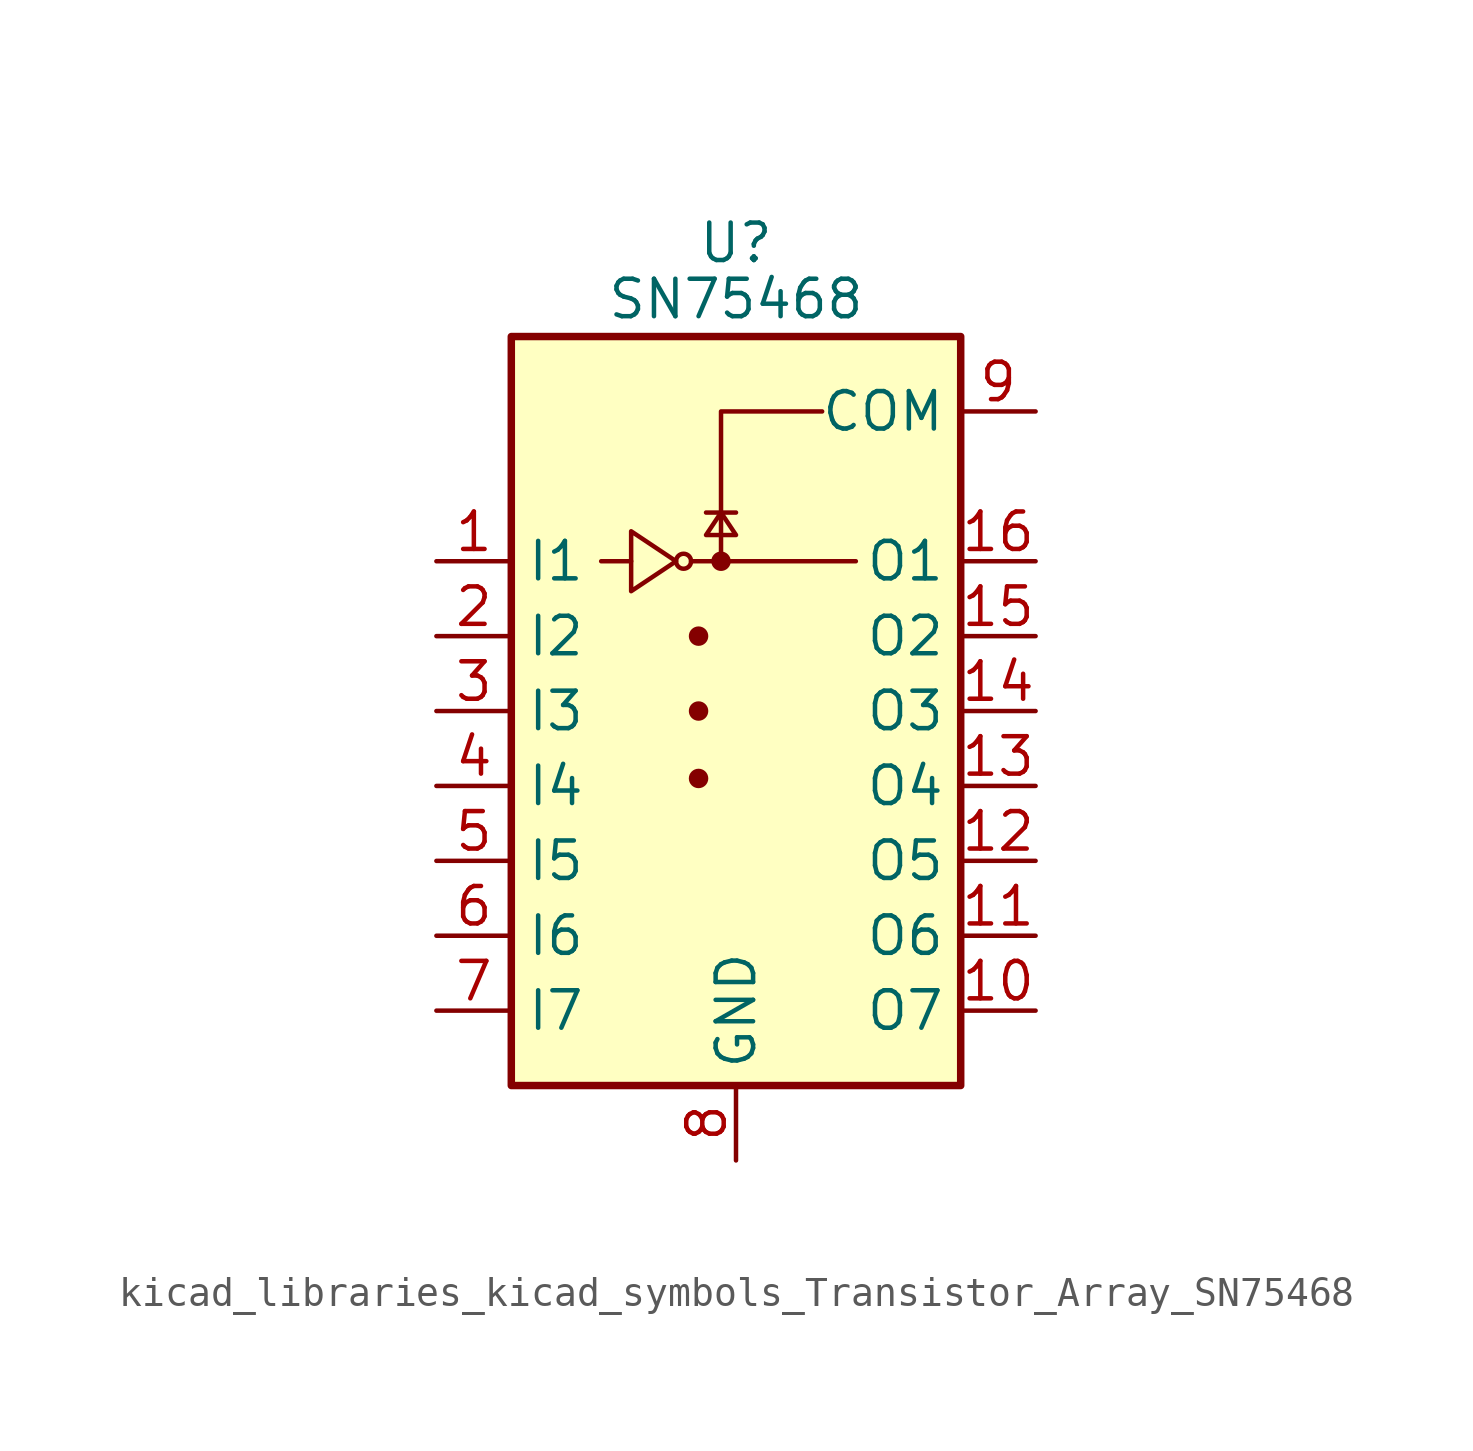
<source format=kicad_sym>
(kicad_symbol_lib
  (version 20220914)
  (generator kicad_symbol_editor)
  (symbol "kicad_libraries_kicad_symbols_Transistor_Array_SN75468"
    (property "Reference" "U"
      (at 0 15.875 0)
      (effects (font (size 1.27 1.27))))
    (property "Value" "SN75468"
      (at 0 13.97 0)
      (effects (font (size 1.27 1.27))))
    (symbol "kicad_libraries_kicad_symbols_Transistor_Array_SN75468_0_1"
      (rectangle (start -7.62 -12.7) (end 7.62 12.7) (stroke (width 0.254) (type default)) (fill (type background)))
      (circle (center -1.778 5.08) (radius 0.254) (stroke (width 0) (type default)) (fill (type none)))
      (circle (center -1.27 -2.286) (radius 0.254) (stroke (width 0) (type default)) (fill (type outline)))
      (circle (center -1.27 0) (radius 0.254) (stroke (width 0) (type default)) (fill (type outline)))
      (circle (center -1.27 2.54) (radius 0.254) (stroke (width 0) (type default)) (fill (type outline)))
      (circle (center -0.508 5.08) (radius 0.254) (stroke (width 0) (type default)) (fill (type outline)))
      (polyline (pts (xy -4.572 5.08) (xy -3.556 5.08)) (stroke (width 0) (type default)) (fill (type none)))
      (polyline (pts (xy -1.524 5.08) (xy 4.064 5.08)) (stroke (width 0) (type default)) (fill (type none)))
      (polyline (pts (xy 0 6.731) (xy -1.016 6.731)) (stroke (width 0) (type default)) (fill (type none)))
      (polyline (pts (xy -0.508 5.08) (xy -0.508 10.16) (xy 2.921 10.16)) (stroke (width 0) (type default)) (fill (type none)))
      (polyline (pts (xy -3.556 6.096) (xy -3.556 4.064) (xy -2.032 5.08) (xy -3.556 6.096)) (stroke (width 0) (type default)) (fill (type none)))
      (polyline (pts (xy 0 5.969) (xy -1.016 5.969) (xy -0.508 6.731) (xy 0 5.969)) (stroke (width 0) (type default)) (fill (type none))))
    (symbol "kicad_libraries_kicad_symbols_Transistor_Array_SN75468_1_1"
      (pin input line (at -10.16 5.08 0) (length 2.54) (name "I1" (effects (font (size 1.27 1.27)))) (number "1" (effects (font (size 1.27 1.27)))))
      (pin open_collector line (at 10.16 -10.16 180) (length 2.54) (name "O7" (effects (font (size 1.27 1.27)))) (number "10" (effects (font (size 1.27 1.27)))))
      (pin open_collector line (at 10.16 -7.62 180) (length 2.54) (name "O6" (effects (font (size 1.27 1.27)))) (number "11" (effects (font (size 1.27 1.27)))))
      (pin open_collector line (at 10.16 -5.08 180) (length 2.54) (name "O5" (effects (font (size 1.27 1.27)))) (number "12" (effects (font (size 1.27 1.27)))))
      (pin open_collector line (at 10.16 -2.54 180) (length 2.54) (name "O4" (effects (font (size 1.27 1.27)))) (number "13" (effects (font (size 1.27 1.27)))))
      (pin open_collector line (at 10.16 0 180) (length 2.54) (name "O3" (effects (font (size 1.27 1.27)))) (number "14" (effects (font (size 1.27 1.27)))))
      (pin open_collector line (at 10.16 2.54 180) (length 2.54) (name "O2" (effects (font (size 1.27 1.27)))) (number "15" (effects (font (size 1.27 1.27)))))
      (pin open_collector line (at 10.16 5.08 180) (length 2.54) (name "O1" (effects (font (size 1.27 1.27)))) (number "16" (effects (font (size 1.27 1.27)))))
      (pin input line (at -10.16 2.54 0) (length 2.54) (name "I2" (effects (font (size 1.27 1.27)))) (number "2" (effects (font (size 1.27 1.27)))))
      (pin input line (at -10.16 0 0) (length 2.54) (name "I3" (effects (font (size 1.27 1.27)))) (number "3" (effects (font (size 1.27 1.27)))))
      (pin input line (at -10.16 -2.54 0) (length 2.54) (name "I4" (effects (font (size 1.27 1.27)))) (number "4" (effects (font (size 1.27 1.27)))))
      (pin input line (at -10.16 -5.08 0) (length 2.54) (name "I5" (effects (font (size 1.27 1.27)))) (number "5" (effects (font (size 1.27 1.27)))))
      (pin input line (at -10.16 -7.62 0) (length 2.54) (name "I6" (effects (font (size 1.27 1.27)))) (number "6" (effects (font (size 1.27 1.27)))))
      (pin input line (at -10.16 -10.16 0) (length 2.54) (name "I7" (effects (font (size 1.27 1.27)))) (number "7" (effects (font (size 1.27 1.27)))))
      (pin power_in line (at 0 -15.24 90) (length 2.54) (name "GND" (effects (font (size 1.27 1.27)))) (number "8" (effects (font (size 1.27 1.27)))))
      (pin passive line (at 10.16 10.16 180) (length 2.54) (name "COM" (effects (font (size 1.27 1.27)))) (number "9" (effects (font (size 1.27 1.27))))))))
</source>
